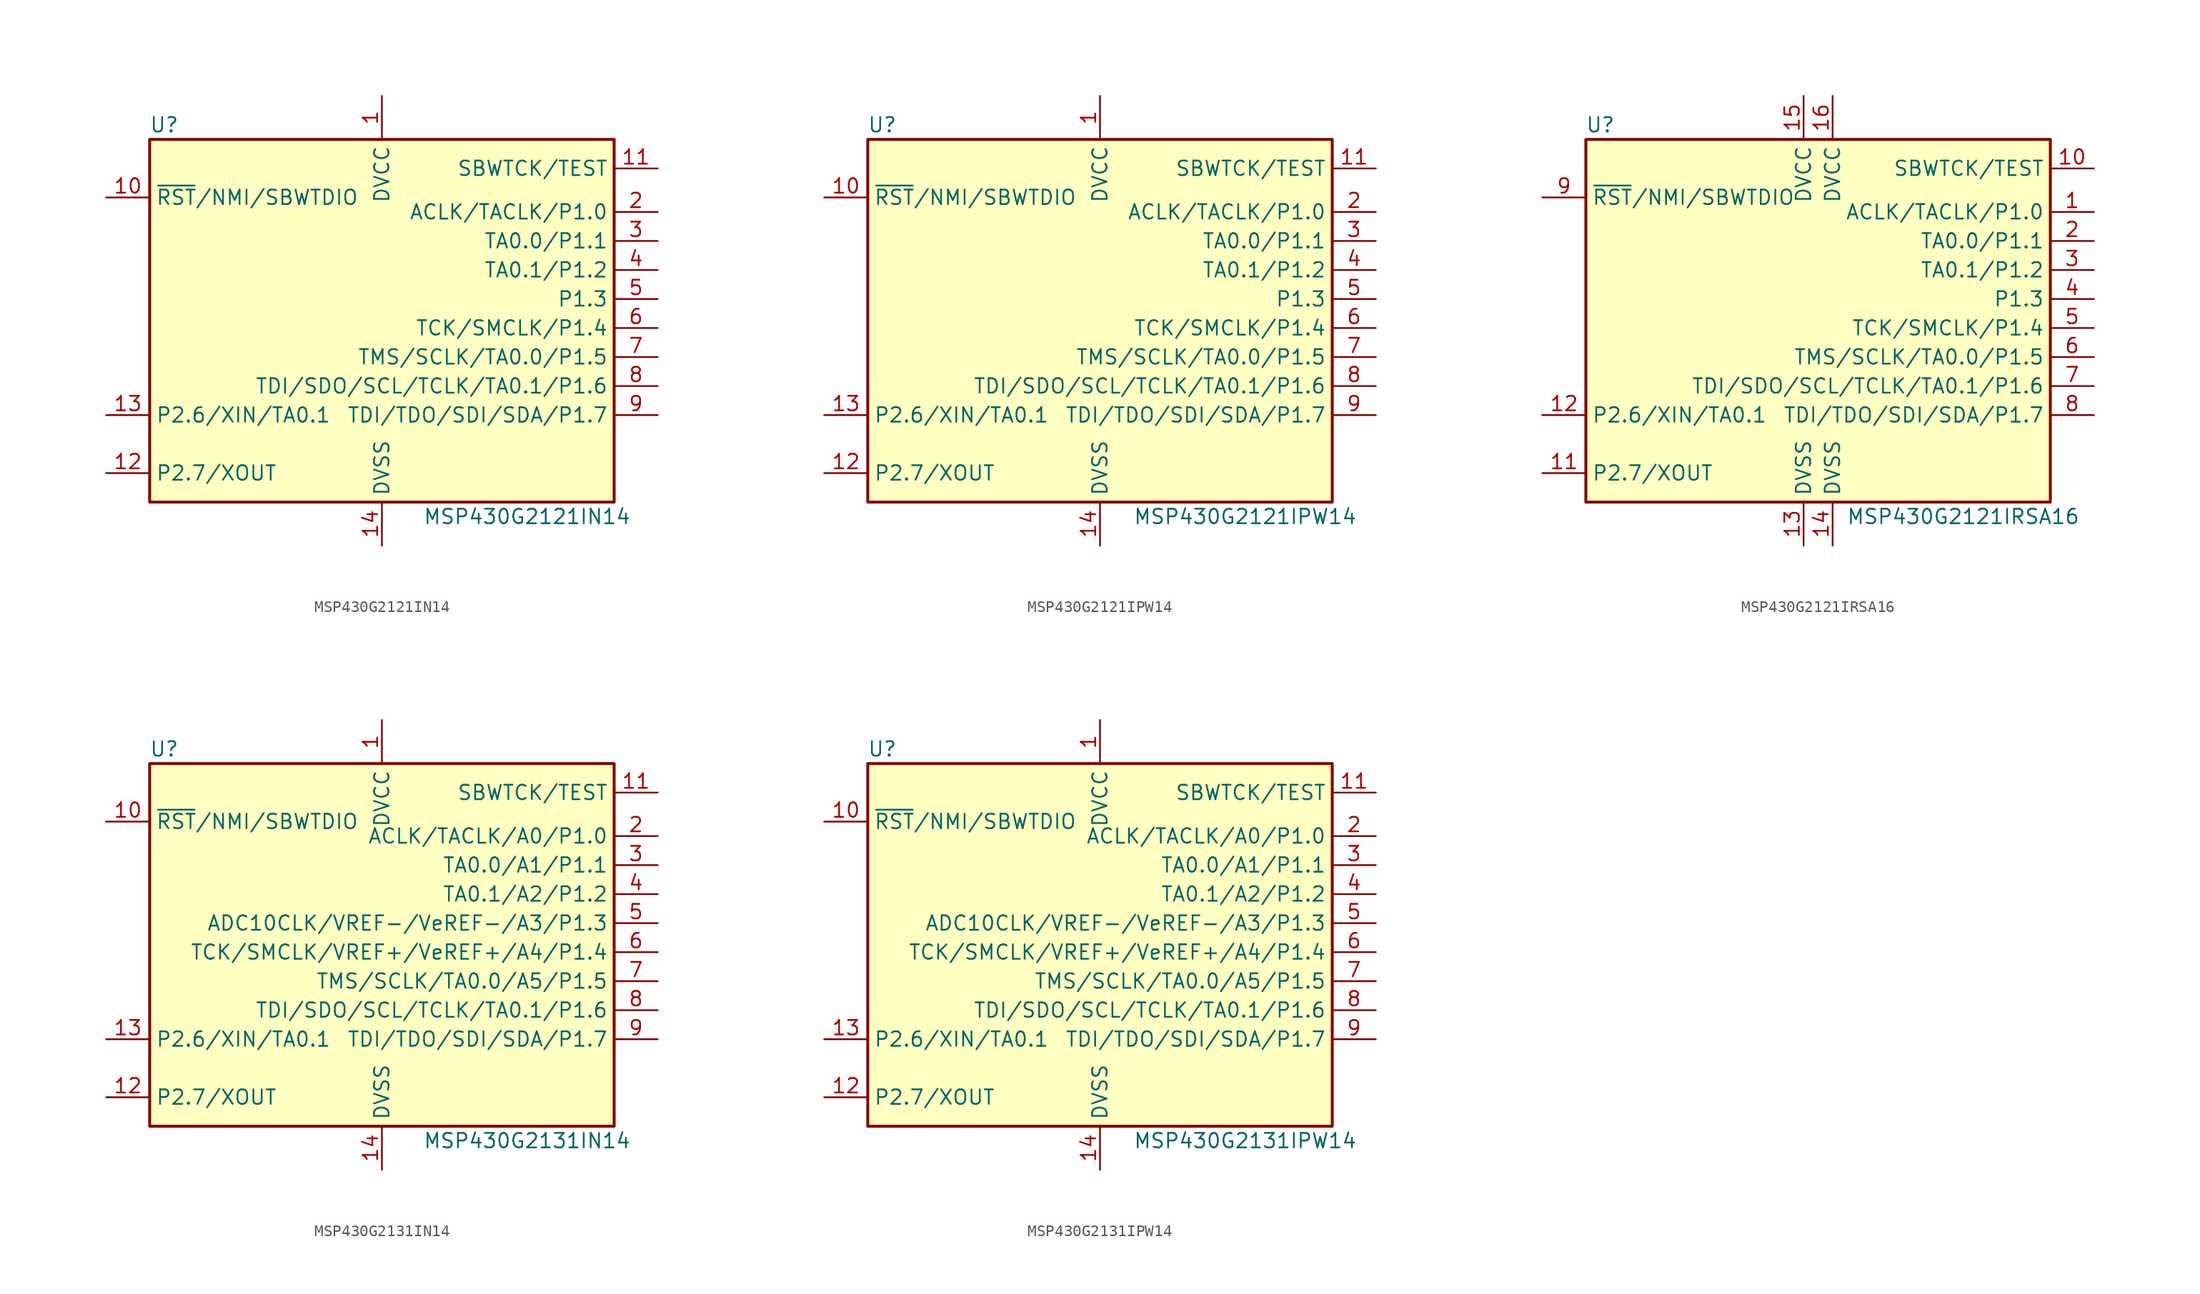
<source format=kicad_sym>
(kicad_symbol_lib
  (version 20201005)
  (generator kicad_symbol_editor)
  (symbol "MCU_Texas_MSP430:MSP430G2121IN14"
    (property "Reference" "U"
      (at -19.05 17.78 0)
      (effects (font (size 1.27 1.27))))
    (property "Value" "MSP430G2121IN14"
      (at 12.7 -16.51 0)
      (effects (font (size 1.27 1.27))))
    (symbol "MSP430G2121IN14_0_1"
      (rectangle (start -20.32 16.51) (end 20.32 -15.24) (stroke (width 0.254)) (fill (type background))))
    (symbol "MSP430G2121IN14_1_1"
      (pin power_in line (at 0 20.32 270) (length 3.81) (name "DVCC" (effects (font (size 1.27 1.27)))) (number "1" (effects (font (size 1.27 1.27)))))
      (pin input line (at -24.13 11.43 0) (length 3.81) (name "~RST~/NMI/SBWTDIO" (effects (font (size 1.27 1.27)))) (number "10" (effects (font (size 1.27 1.27)))))
      (pin input line (at 24.13 13.97 180) (length 3.81) (name "SBWTCK/TEST" (effects (font (size 1.27 1.27)))) (number "11" (effects (font (size 1.27 1.27)))))
      (pin bidirectional line (at -24.13 -12.7 0) (length 3.81) (name "P2.7/XOUT" (effects (font (size 1.27 1.27)))) (number "12" (effects (font (size 1.27 1.27)))))
      (pin bidirectional line (at -24.13 -7.62 0) (length 3.81) (name "P2.6/XIN/TA0.1" (effects (font (size 1.27 1.27)))) (number "13" (effects (font (size 1.27 1.27)))))
      (pin power_in line (at 0 -19.05 90) (length 3.81) (name "DVSS" (effects (font (size 1.27 1.27)))) (number "14" (effects (font (size 1.27 1.27)))))
      (pin bidirectional line (at 24.13 10.16 180) (length 3.81) (name "ACLK/TACLK/P1.0" (effects (font (size 1.27 1.27)))) (number "2" (effects (font (size 1.27 1.27)))))
      (pin bidirectional line (at 24.13 7.62 180) (length 3.81) (name "TA0.0/P1.1" (effects (font (size 1.27 1.27)))) (number "3" (effects (font (size 1.27 1.27)))))
      (pin bidirectional line (at 24.13 5.08 180) (length 3.81) (name "TA0.1/P1.2" (effects (font (size 1.27 1.27)))) (number "4" (effects (font (size 1.27 1.27)))))
      (pin bidirectional line (at 24.13 2.54 180) (length 3.81) (name "P1.3" (effects (font (size 1.27 1.27)))) (number "5" (effects (font (size 1.27 1.27)))))
      (pin bidirectional line (at 24.13 0 180) (length 3.81) (name "TCK/SMCLK/P1.4" (effects (font (size 1.27 1.27)))) (number "6" (effects (font (size 1.27 1.27)))))
      (pin bidirectional line (at 24.13 -2.54 180) (length 3.81) (name "TMS/SCLK/TA0.0/P1.5" (effects (font (size 1.27 1.27)))) (number "7" (effects (font (size 1.27 1.27)))))
      (pin bidirectional line (at 24.13 -5.08 180) (length 3.81) (name "TDI/SDO/SCL/TCLK/TA0.1/P1.6" (effects (font (size 1.27 1.27)))) (number "8" (effects (font (size 1.27 1.27)))))
      (pin bidirectional line (at 24.13 -7.62 180) (length 3.81) (name "TDI/TDO/SDI/SDA/P1.7" (effects (font (size 1.27 1.27)))) (number "9" (effects (font (size 1.27 1.27)))))))
  (symbol "MCU_Texas_MSP430:MSP430G2121IPW14"
    (property "Reference" "U"
      (at -19.05 17.78 0)
      (effects (font (size 1.27 1.27))))
    (property "Value" "MSP430G2121IPW14"
      (at 12.7 -16.51 0)
      (effects (font (size 1.27 1.27))))
    (symbol "MSP430G2121IPW14_0_1"
      (rectangle (start -20.32 16.51) (end 20.32 -15.24) (stroke (width 0.254)) (fill (type background))))
    (symbol "MSP430G2121IPW14_1_1"
      (pin power_in line (at 0 20.32 270) (length 3.81) (name "DVCC" (effects (font (size 1.27 1.27)))) (number "1" (effects (font (size 1.27 1.27)))))
      (pin input line (at -24.13 11.43 0) (length 3.81) (name "~RST~/NMI/SBWTDIO" (effects (font (size 1.27 1.27)))) (number "10" (effects (font (size 1.27 1.27)))))
      (pin input line (at 24.13 13.97 180) (length 3.81) (name "SBWTCK/TEST" (effects (font (size 1.27 1.27)))) (number "11" (effects (font (size 1.27 1.27)))))
      (pin bidirectional line (at -24.13 -12.7 0) (length 3.81) (name "P2.7/XOUT" (effects (font (size 1.27 1.27)))) (number "12" (effects (font (size 1.27 1.27)))))
      (pin bidirectional line (at -24.13 -7.62 0) (length 3.81) (name "P2.6/XIN/TA0.1" (effects (font (size 1.27 1.27)))) (number "13" (effects (font (size 1.27 1.27)))))
      (pin power_in line (at 0 -19.05 90) (length 3.81) (name "DVSS" (effects (font (size 1.27 1.27)))) (number "14" (effects (font (size 1.27 1.27)))))
      (pin bidirectional line (at 24.13 10.16 180) (length 3.81) (name "ACLK/TACLK/P1.0" (effects (font (size 1.27 1.27)))) (number "2" (effects (font (size 1.27 1.27)))))
      (pin bidirectional line (at 24.13 7.62 180) (length 3.81) (name "TA0.0/P1.1" (effects (font (size 1.27 1.27)))) (number "3" (effects (font (size 1.27 1.27)))))
      (pin bidirectional line (at 24.13 5.08 180) (length 3.81) (name "TA0.1/P1.2" (effects (font (size 1.27 1.27)))) (number "4" (effects (font (size 1.27 1.27)))))
      (pin bidirectional line (at 24.13 2.54 180) (length 3.81) (name "P1.3" (effects (font (size 1.27 1.27)))) (number "5" (effects (font (size 1.27 1.27)))))
      (pin bidirectional line (at 24.13 0 180) (length 3.81) (name "TCK/SMCLK/P1.4" (effects (font (size 1.27 1.27)))) (number "6" (effects (font (size 1.27 1.27)))))
      (pin bidirectional line (at 24.13 -2.54 180) (length 3.81) (name "TMS/SCLK/TA0.0/P1.5" (effects (font (size 1.27 1.27)))) (number "7" (effects (font (size 1.27 1.27)))))
      (pin bidirectional line (at 24.13 -5.08 180) (length 3.81) (name "TDI/SDO/SCL/TCLK/TA0.1/P1.6" (effects (font (size 1.27 1.27)))) (number "8" (effects (font (size 1.27 1.27)))))
      (pin bidirectional line (at 24.13 -7.62 180) (length 3.81) (name "TDI/TDO/SDI/SDA/P1.7" (effects (font (size 1.27 1.27)))) (number "9" (effects (font (size 1.27 1.27)))))))
  (symbol "MCU_Texas_MSP430:MSP430G2121IRSA16"
    (property "Reference" "U"
      (at -19.05 17.78 0)
      (effects (font (size 1.27 1.27))))
    (property "Value" "MSP430G2121IRSA16"
      (at 12.7 -16.51 0)
      (effects (font (size 1.27 1.27))))
    (symbol "MSP430G2121IRSA16_0_1"
      (rectangle (start -20.32 16.51) (end 20.32 -15.24) (stroke (width 0.254)) (fill (type background))))
    (symbol "MSP430G2121IRSA16_1_1"
      (pin bidirectional line (at 24.13 10.16 180) (length 3.81) (name "ACLK/TACLK/P1.0" (effects (font (size 1.27 1.27)))) (number "1" (effects (font (size 1.27 1.27)))))
      (pin input line (at 24.13 13.97 180) (length 3.81) (name "SBWTCK/TEST" (effects (font (size 1.27 1.27)))) (number "10" (effects (font (size 1.27 1.27)))))
      (pin bidirectional line (at -24.13 -12.7 0) (length 3.81) (name "P2.7/XOUT" (effects (font (size 1.27 1.27)))) (number "11" (effects (font (size 1.27 1.27)))))
      (pin bidirectional line (at -24.13 -7.62 0) (length 3.81) (name "P2.6/XIN/TA0.1" (effects (font (size 1.27 1.27)))) (number "12" (effects (font (size 1.27 1.27)))))
      (pin power_in line (at -1.27 -19.05 90) (length 3.81) (name "DVSS" (effects (font (size 1.27 1.27)))) (number "13" (effects (font (size 1.27 1.27)))))
      (pin power_in line (at 1.27 -19.05 90) (length 3.81) (name "DVSS" (effects (font (size 1.27 1.27)))) (number "14" (effects (font (size 1.27 1.27)))))
      (pin power_in line (at -1.27 20.32 270) (length 3.81) (name "DVCC" (effects (font (size 1.27 1.27)))) (number "15" (effects (font (size 1.27 1.27)))))
      (pin power_in line (at 1.27 20.32 270) (length 3.81) (name "DVCC" (effects (font (size 1.27 1.27)))) (number "16" (effects (font (size 1.27 1.27)))))
      (pin bidirectional line (at 24.13 7.62 180) (length 3.81) (name "TA0.0/P1.1" (effects (font (size 1.27 1.27)))) (number "2" (effects (font (size 1.27 1.27)))))
      (pin bidirectional line (at 24.13 5.08 180) (length 3.81) (name "TA0.1/P1.2" (effects (font (size 1.27 1.27)))) (number "3" (effects (font (size 1.27 1.27)))))
      (pin bidirectional line (at 24.13 2.54 180) (length 3.81) (name "P1.3" (effects (font (size 1.27 1.27)))) (number "4" (effects (font (size 1.27 1.27)))))
      (pin bidirectional line (at 24.13 0 180) (length 3.81) (name "TCK/SMCLK/P1.4" (effects (font (size 1.27 1.27)))) (number "5" (effects (font (size 1.27 1.27)))))
      (pin bidirectional line (at 24.13 -2.54 180) (length 3.81) (name "TMS/SCLK/TA0.0/P1.5" (effects (font (size 1.27 1.27)))) (number "6" (effects (font (size 1.27 1.27)))))
      (pin bidirectional line (at 24.13 -5.08 180) (length 3.81) (name "TDI/SDO/SCL/TCLK/TA0.1/P1.6" (effects (font (size 1.27 1.27)))) (number "7" (effects (font (size 1.27 1.27)))))
      (pin bidirectional line (at 24.13 -7.62 180) (length 3.81) (name "TDI/TDO/SDI/SDA/P1.7" (effects (font (size 1.27 1.27)))) (number "8" (effects (font (size 1.27 1.27)))))
      (pin input line (at -24.13 11.43 0) (length 3.81) (name "~RST~/NMI/SBWTDIO" (effects (font (size 1.27 1.27)))) (number "9" (effects (font (size 1.27 1.27)))))))
  (symbol "MCU_Texas_MSP430:MSP430G2131IN14"
    (property "Reference" "U"
      (at -19.05 17.78 0)
      (effects (font (size 1.27 1.27))))
    (property "Value" "MSP430G2131IN14"
      (at 12.7 -16.51 0)
      (effects (font (size 1.27 1.27))))
    (symbol "MSP430G2131IN14_0_1"
      (rectangle (start -20.32 16.51) (end 20.32 -15.24) (stroke (width 0.254)) (fill (type background))))
    (symbol "MSP430G2131IN14_1_1"
      (pin power_in line (at 0 20.32 270) (length 3.81) (name "DVCC" (effects (font (size 1.27 1.27)))) (number "1" (effects (font (size 1.27 1.27)))))
      (pin input line (at -24.13 11.43 0) (length 3.81) (name "~RST~/NMI/SBWTDIO" (effects (font (size 1.27 1.27)))) (number "10" (effects (font (size 1.27 1.27)))))
      (pin input line (at 24.13 13.97 180) (length 3.81) (name "SBWTCK/TEST" (effects (font (size 1.27 1.27)))) (number "11" (effects (font (size 1.27 1.27)))))
      (pin bidirectional line (at -24.13 -12.7 0) (length 3.81) (name "P2.7/XOUT" (effects (font (size 1.27 1.27)))) (number "12" (effects (font (size 1.27 1.27)))))
      (pin bidirectional line (at -24.13 -7.62 0) (length 3.81) (name "P2.6/XIN/TA0.1" (effects (font (size 1.27 1.27)))) (number "13" (effects (font (size 1.27 1.27)))))
      (pin power_in line (at 0 -19.05 90) (length 3.81) (name "DVSS" (effects (font (size 1.27 1.27)))) (number "14" (effects (font (size 1.27 1.27)))))
      (pin bidirectional line (at 24.13 10.16 180) (length 3.81) (name "ACLK/TACLK/A0/P1.0" (effects (font (size 1.27 1.27)))) (number "2" (effects (font (size 1.27 1.27)))))
      (pin bidirectional line (at 24.13 7.62 180) (length 3.81) (name "TA0.0/A1/P1.1" (effects (font (size 1.27 1.27)))) (number "3" (effects (font (size 1.27 1.27)))))
      (pin bidirectional line (at 24.13 5.08 180) (length 3.81) (name "TA0.1/A2/P1.2" (effects (font (size 1.27 1.27)))) (number "4" (effects (font (size 1.27 1.27)))))
      (pin bidirectional line (at 24.13 2.54 180) (length 3.81) (name "ADC10CLK/VREF-/VeREF-/A3/P1.3" (effects (font (size 1.27 1.27)))) (number "5" (effects (font (size 1.27 1.27)))))
      (pin bidirectional line (at 24.13 0 180) (length 3.81) (name "TCK/SMCLK/VREF+/VeREF+/A4/P1.4" (effects (font (size 1.27 1.27)))) (number "6" (effects (font (size 1.27 1.27)))))
      (pin bidirectional line (at 24.13 -2.54 180) (length 3.81) (name "TMS/SCLK/TA0.0/A5/P1.5" (effects (font (size 1.27 1.27)))) (number "7" (effects (font (size 1.27 1.27)))))
      (pin bidirectional line (at 24.13 -5.08 180) (length 3.81) (name "TDI/SDO/SCL/TCLK/TA0.1/P1.6" (effects (font (size 1.27 1.27)))) (number "8" (effects (font (size 1.27 1.27)))))
      (pin bidirectional line (at 24.13 -7.62 180) (length 3.81) (name "TDI/TDO/SDI/SDA/P1.7" (effects (font (size 1.27 1.27)))) (number "9" (effects (font (size 1.27 1.27)))))))
  (symbol "MCU_Texas_MSP430:MSP430G2131IPW14"
    (property "Reference" "U"
      (at -19.05 17.78 0)
      (effects (font (size 1.27 1.27))))
    (property "Value" "MSP430G2131IPW14"
      (at 12.7 -16.51 0)
      (effects (font (size 1.27 1.27))))
    (symbol "MSP430G2131IPW14_0_1"
      (rectangle (start -20.32 16.51) (end 20.32 -15.24) (stroke (width 0.254)) (fill (type background))))
    (symbol "MSP430G2131IPW14_1_1"
      (pin power_in line (at 0 20.32 270) (length 3.81) (name "DVCC" (effects (font (size 1.27 1.27)))) (number "1" (effects (font (size 1.27 1.27)))))
      (pin input line (at -24.13 11.43 0) (length 3.81) (name "~RST~/NMI/SBWTDIO" (effects (font (size 1.27 1.27)))) (number "10" (effects (font (size 1.27 1.27)))))
      (pin input line (at 24.13 13.97 180) (length 3.81) (name "SBWTCK/TEST" (effects (font (size 1.27 1.27)))) (number "11" (effects (font (size 1.27 1.27)))))
      (pin bidirectional line (at -24.13 -12.7 0) (length 3.81) (name "P2.7/XOUT" (effects (font (size 1.27 1.27)))) (number "12" (effects (font (size 1.27 1.27)))))
      (pin bidirectional line (at -24.13 -7.62 0) (length 3.81) (name "P2.6/XIN/TA0.1" (effects (font (size 1.27 1.27)))) (number "13" (effects (font (size 1.27 1.27)))))
      (pin power_in line (at 0 -19.05 90) (length 3.81) (name "DVSS" (effects (font (size 1.27 1.27)))) (number "14" (effects (font (size 1.27 1.27)))))
      (pin bidirectional line (at 24.13 10.16 180) (length 3.81) (name "ACLK/TACLK/A0/P1.0" (effects (font (size 1.27 1.27)))) (number "2" (effects (font (size 1.27 1.27)))))
      (pin bidirectional line (at 24.13 7.62 180) (length 3.81) (name "TA0.0/A1/P1.1" (effects (font (size 1.27 1.27)))) (number "3" (effects (font (size 1.27 1.27)))))
      (pin bidirectional line (at 24.13 5.08 180) (length 3.81) (name "TA0.1/A2/P1.2" (effects (font (size 1.27 1.27)))) (number "4" (effects (font (size 1.27 1.27)))))
      (pin bidirectional line (at 24.13 2.54 180) (length 3.81) (name "ADC10CLK/VREF-/VeREF-/A3/P1.3" (effects (font (size 1.27 1.27)))) (number "5" (effects (font (size 1.27 1.27)))))
      (pin bidirectional line (at 24.13 0 180) (length 3.81) (name "TCK/SMCLK/VREF+/VeREF+/A4/P1.4" (effects (font (size 1.27 1.27)))) (number "6" (effects (font (size 1.27 1.27)))))
      (pin bidirectional line (at 24.13 -2.54 180) (length 3.81) (name "TMS/SCLK/TA0.0/A5/P1.5" (effects (font (size 1.27 1.27)))) (number "7" (effects (font (size 1.27 1.27)))))
      (pin bidirectional line (at 24.13 -5.08 180) (length 3.81) (name "TDI/SDO/SCL/TCLK/TA0.1/P1.6" (effects (font (size 1.27 1.27)))) (number "8" (effects (font (size 1.27 1.27)))))
      (pin bidirectional line (at 24.13 -7.62 180) (length 3.81) (name "TDI/TDO/SDI/SDA/P1.7" (effects (font (size 1.27 1.27)))) (number "9" (effects (font (size 1.27 1.27))))))))
</source>
